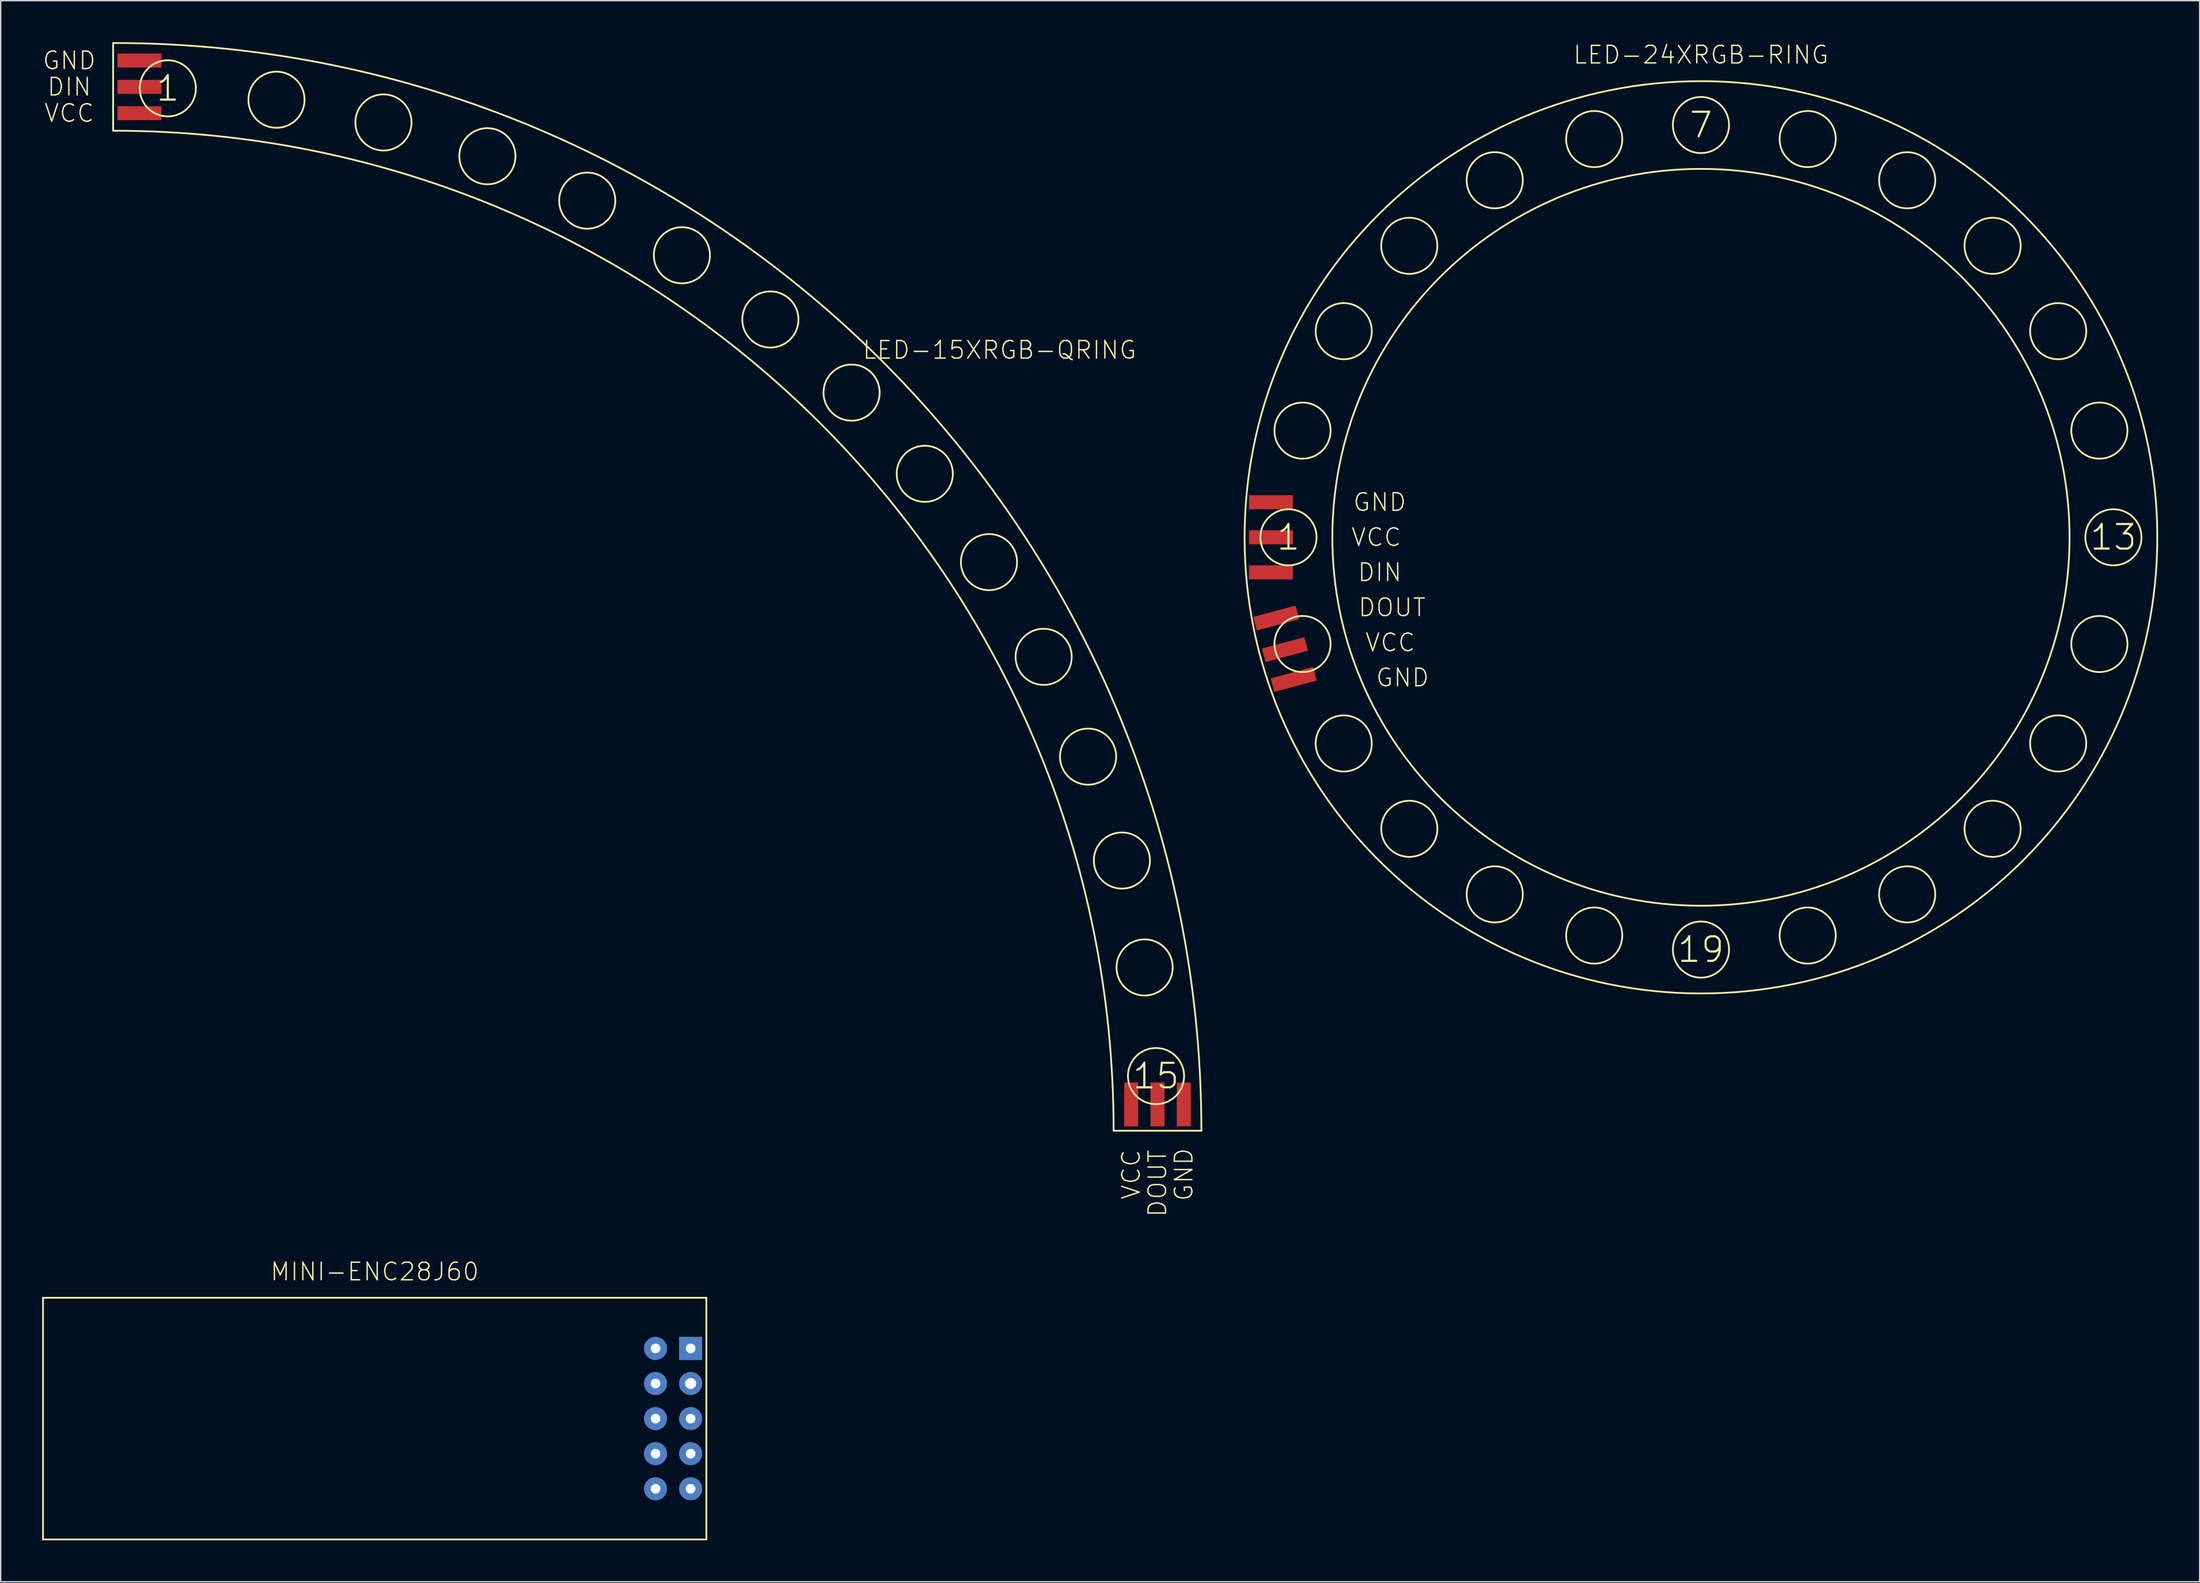
<source format=kicad_pcb>
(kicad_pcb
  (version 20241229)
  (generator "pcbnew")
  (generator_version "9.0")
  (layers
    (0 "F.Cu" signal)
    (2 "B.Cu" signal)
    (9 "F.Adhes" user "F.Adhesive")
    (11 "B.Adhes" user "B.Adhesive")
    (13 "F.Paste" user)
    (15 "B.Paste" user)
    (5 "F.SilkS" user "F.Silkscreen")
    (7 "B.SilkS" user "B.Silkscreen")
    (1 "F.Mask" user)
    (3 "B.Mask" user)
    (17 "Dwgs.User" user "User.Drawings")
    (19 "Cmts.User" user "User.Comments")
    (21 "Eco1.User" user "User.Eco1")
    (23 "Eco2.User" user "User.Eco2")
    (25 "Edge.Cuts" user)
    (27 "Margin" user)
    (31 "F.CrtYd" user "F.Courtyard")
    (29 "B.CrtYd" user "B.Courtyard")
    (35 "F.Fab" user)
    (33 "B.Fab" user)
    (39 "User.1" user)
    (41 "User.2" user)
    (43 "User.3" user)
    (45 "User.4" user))
  (footprint "LED-15XRGB-QRING"
    (layer "F.Cu")
    (at 5.136 78.803)
    (property "Reference" "LED-15XRGB-QRING" (at 64.135 -56.515 0) (layer "F.SilkS") (effects (font (size 1.27 1.27) (thickness 0.102))))
    (attr smd)
    (fp_line (start 0 -72.39) (end 0 -78.74) (stroke (width 0.127) (type solid)) (layer "F.SilkS"))
    (fp_line (start 72.39 0) (end 78.74 0) (stroke (width 0.127) (type solid)) (layer "F.SilkS"))
    (fp_arc (start 0 -78.74) (mid 55.677588 -55.677588) (end 78.74 0) (stroke (width 0.127) (type solid)) (layer "F.SilkS"))
    (fp_arc (start 0 -72.39) (mid 51.18746 -51.18746) (end 72.39 0) (stroke (width 0.127) (type solid)) (layer "F.SilkS"))
    (fp_circle (center 3.955 -75.458) (end 3.955 -77.49) (stroke (width 0.127) (type solid)) (fill no) (layer "F.SilkS"))
    (fp_circle (center 11.819 -74.633) (end 11.819 -76.665) (stroke (width 0.127) (type solid)) (fill no) (layer "F.SilkS"))
    (fp_circle (center 19.558 -72.989) (end 19.558 -75.021) (stroke (width 0.127) (type solid)) (fill no) (layer "F.SilkS"))
    (fp_circle (center 27.079 -70.543) (end 27.079 -72.575) (stroke (width 0.127) (type solid)) (fill no) (layer "F.SilkS"))
    (fp_circle (center 34.305 -67.328) (end 34.305 -69.36) (stroke (width 0.127) (type solid)) (fill no) (layer "F.SilkS"))
    (fp_circle (center 41.153 -63.373) (end 41.153 -65.405) (stroke (width 0.127) (type solid)) (fill no) (layer "F.SilkS"))
    (fp_circle (center 47.554 -58.725) (end 47.554 -60.757) (stroke (width 0.127) (type solid)) (fill no) (layer "F.SilkS"))
    (fp_circle (center 53.431 -53.431) (end 53.431 -55.463) (stroke (width 0.127) (type solid)) (fill no) (layer "F.SilkS"))
    (fp_circle (center 58.725 -47.554) (end 58.725 -49.586) (stroke (width 0.127) (type solid)) (fill no) (layer "F.SilkS"))
    (fp_circle (center 63.373 -41.161) (end 63.373 -43.193) (stroke (width 0.127) (type solid)) (fill no) (layer "F.SilkS"))
    (fp_circle (center 67.328 -34.305) (end 67.328 -36.337) (stroke (width 0.127) (type solid)) (fill no) (layer "F.SilkS"))
    (fp_circle (center 70.543 -27.079) (end 70.543 -29.111) (stroke (width 0.127) (type solid)) (fill no) (layer "F.SilkS"))
    (fp_circle (center 72.989 -19.558) (end 72.989 -21.59) (stroke (width 0.127) (type solid)) (fill no) (layer "F.SilkS"))
    (fp_circle (center 74.633 -11.819) (end 74.633 -13.851) (stroke (width 0.127) (type solid)) (fill no) (layer "F.SilkS"))
    (fp_circle (center 75.458 -3.955) (end 75.458 -5.987) (stroke (width 0.127) (type solid)) (fill no) (layer "F.SilkS"))
    (fp_text user "DOUT" (at 75.565 3.81 90) (layer "F.SilkS") (effects (font (size 1.27 1.27) (thickness 0.102))))
    (fp_text user "GND" (at -3.175 -77.47 0) (layer "F.SilkS") (effects (font (size 1.27 1.27) (thickness 0.102))))
    (fp_text user "DIN" (at -3.175 -75.565 0) (layer "F.SilkS") (effects (font (size 1.27 1.27) (thickness 0.102))))
    (fp_text user "GND" (at 77.47 3.175 90) (layer "F.SilkS") (effects (font (size 1.27 1.27) (thickness 0.102))))
    (fp_text user "15" (at 75.458 -3.955 0) (layer "F.SilkS") (effects (font (size 1.778 1.778) (thickness 0.152))))
    (fp_text user "VCC" (at -3.175 -73.66 0) (layer "F.SilkS") (effects (font (size 1.27 1.27) (thickness 0.102))))
    (fp_text user "VCC" (at 73.66 3.175 90) (layer "F.SilkS") (effects (font (size 1.27 1.27) (thickness 0.102))))
    (fp_text user "1" (at 3.955 -75.458 0) (layer "F.SilkS") (effects (font (size 1.778 1.778) (thickness 0.152))))
    (pad "1" smd rect (at 1.905 -77.47) (size 3.175 1.016) (layers "F.Cu" "F.Mask" "F.Paste"))
    (pad "2" smd rect (at 1.905 -75.565) (size 3.175 1.016) (layers "F.Cu" "F.Mask" "F.Paste"))
    (pad "3" smd rect (at 1.905 -73.66) (size 3.175 1.016) (layers "F.Cu" "F.Mask" "F.Paste"))
    (pad "4" smd rect (at 77.47 -1.905 90) (size 3.175 1.016) (layers "F.Cu" "F.Mask" "F.Paste"))
    (pad "5" smd rect (at 75.565 -1.905 90) (size 3.175 1.016) (layers "F.Cu" "F.Mask" "F.Paste"))
    (pad "6" smd rect (at 73.66 -1.905 90) (size 3.175 1.016) (layers "F.Cu" "F.Mask" "F.Paste")))
  (footprint "MINI-ENC28J60"
    (layer "F.Cu")
    (at 24.061 99.644)
    (property "Reference" "MINI-ENC28J60" (at 0 -10.635 0) (layer "F.SilkS") (effects (font (size 1.27 1.27) (thickness 0.102))))
    (attr exclude_from_pos_files exclude_from_bom)
    (fp_line (start -23.998 -8.748) (end -23.998 8.748) (stroke (width 0.127) (type solid)) (layer "F.SilkS"))
    (fp_line (start 23.998 -8.748) (end -23.998 -8.748) (stroke (width 0.127) (type solid)) (layer "F.SilkS"))
    (fp_line (start 23.998 -8.748) (end 23.998 8.748) (stroke (width 0.127) (type solid)) (layer "F.SilkS"))
    (fp_line (start 23.998 8.748) (end -23.998 8.748) (stroke (width 0.127) (type solid)) (layer "F.SilkS"))
    (pad "CLK" thru_hole rect (at 22.86 -5.08 180) (size 1.664 1.664) (drill 0.699) (layers "*.Cu" "*.Paste" "*.Mask"))
    (pad "CS" thru_hole circle (at 22.86 2.54 180) (size 1.664 1.664) (drill 0.699) (layers "*.Cu" "*.Paste" "*.Mask"))
    (pad "GND" thru_hole circle (at 20.32 5.08 180) (size 1.664 1.664) (drill 0.699) (layers "*.Cu" "*.Paste" "*.Mask"))
    (pad "INT" thru_hole circle (at 20.32 -5.08 180) (size 1.664 1.664) (drill 0.699) (layers "*.Cu" "*.Paste" "*.Mask"))
    (pad "MISO" thru_hole circle (at 20.32 -2.54 180) (size 1.664 1.664) (drill 0.699) (layers "*.Cu" "*.Paste" "*.Mask"))
    (pad "MOSI" thru_hole circle (at 22.86 0 180) (size 1.664 1.664) (drill 0.699) (layers "*.Cu" "*.Paste" "*.Mask"))
    (pad "RST" thru_hole circle (at 20.32 2.54 180) (size 1.664 1.664) (drill 0.699) (layers "*.Cu" "*.Paste" "*.Mask"))
    (pad "SCK" thru_hole circle (at 20.32 0 180) (size 1.664 1.664) (drill 0.699) (layers "*.Cu" "*.Paste" "*.Mask"))
    (pad "VCC" thru_hole circle (at 22.86 5.08 180) (size 1.664 1.664) (drill 0.699) (layers "*.Cu" "*.Paste" "*.Mask"))
    (pad "WOL" thru_hole circle (at 22.86 -2.54 180) (size 1.664 1.664) (drill 0.798) (layers "*.Cu" "*.Paste" "*.Mask")))
  (footprint "LED-24XRGB-RING"
    (layer "F.Cu")
    (at 120.023 35.846)
    (property "Reference" "LED-24XRGB-RING" (at 0 -34.925 0) (layer "F.SilkS") (effects (font (size 1.27 1.27) (thickness 0.102))))
    (attr smd)
    (fp_circle (center -29.845 0) (end -29.845 -2.032) (stroke (width 0.127) (type solid)) (fill no) (layer "F.SilkS"))
    (fp_circle (center -28.829 -7.724) (end -28.829 -9.756) (stroke (width 0.127) (type solid)) (fill no) (layer "F.SilkS"))
    (fp_circle (center -28.829 7.724) (end -28.829 5.692) (stroke (width 0.127) (type solid)) (fill no) (layer "F.SilkS"))
    (fp_circle (center -25.847 -14.922) (end -25.847 -16.954) (stroke (width 0.127) (type solid)) (fill no) (layer "F.SilkS"))
    (fp_circle (center -25.847 14.922) (end -25.847 12.89) (stroke (width 0.127) (type solid)) (fill no) (layer "F.SilkS"))
    (fp_circle (center -21.102 -21.102) (end -21.102 -23.134) (stroke (width 0.127) (type solid)) (fill no) (layer "F.SilkS"))
    (fp_circle (center -21.102 21.102) (end -21.102 19.07) (stroke (width 0.127) (type solid)) (fill no) (layer "F.SilkS"))
    (fp_circle (center -14.922 -25.847) (end -14.922 -27.879) (stroke (width 0.127) (type solid)) (fill no) (layer "F.SilkS"))
    (fp_circle (center -14.922 25.847) (end -14.922 23.815) (stroke (width 0.127) (type solid)) (fill no) (layer "F.SilkS"))
    (fp_circle (center -7.724 -28.829) (end -7.724 -30.861) (stroke (width 0.127) (type solid)) (fill no) (layer "F.SilkS"))
    (fp_circle (center -7.724 28.829) (end -7.724 26.797) (stroke (width 0.127) (type solid)) (fill no) (layer "F.SilkS"))
    (fp_circle (center 0 -29.845) (end 0 -31.877) (stroke (width 0.127) (type solid)) (fill no) (layer "F.SilkS"))
    (fp_circle (center 0 0) (end 0 -33.02) (stroke (width 0.127) (type solid)) (fill no) (layer "F.SilkS"))
    (fp_circle (center 0 0) (end 0 -26.67) (stroke (width 0.127) (type solid)) (fill no) (layer "F.SilkS"))
    (fp_circle (center 0 29.845) (end 0 27.813) (stroke (width 0.127) (type solid)) (fill no) (layer "F.SilkS"))
    (fp_circle (center 7.724 -28.829) (end 7.724 -30.861) (stroke (width 0.127) (type solid)) (fill no) (layer "F.SilkS"))
    (fp_circle (center 7.724 28.829) (end 7.724 26.797) (stroke (width 0.127) (type solid)) (fill no) (layer "F.SilkS"))
    (fp_circle (center 14.922 -25.847) (end 14.922 -27.879) (stroke (width 0.127) (type solid)) (fill no) (layer "F.SilkS"))
    (fp_circle (center 14.922 25.847) (end 14.922 23.815) (stroke (width 0.127) (type solid)) (fill no) (layer "F.SilkS"))
    (fp_circle (center 21.102 -21.102) (end 21.102 -23.134) (stroke (width 0.127) (type solid)) (fill no) (layer "F.SilkS"))
    (fp_circle (center 21.102 21.102) (end 21.102 19.07) (stroke (width 0.127) (type solid)) (fill no) (layer "F.SilkS"))
    (fp_circle (center 25.847 -14.922) (end 25.847 -16.954) (stroke (width 0.127) (type solid)) (fill no) (layer "F.SilkS"))
    (fp_circle (center 25.847 14.922) (end 25.847 12.89) (stroke (width 0.127) (type solid)) (fill no) (layer "F.SilkS"))
    (fp_circle (center 28.829 -7.724) (end 28.829 -9.756) (stroke (width 0.127) (type solid)) (fill no) (layer "F.SilkS"))
    (fp_circle (center 28.829 7.724) (end 28.829 5.692) (stroke (width 0.127) (type solid)) (fill no) (layer "F.SilkS"))
    (fp_circle (center 29.845 0) (end 29.845 -2.032) (stroke (width 0.127) (type solid)) (fill no) (layer "F.SilkS"))
    (fp_text user "19" (at 0 29.845 0) (layer "F.SilkS") (effects (font (size 1.778 1.778) (thickness 0.152))))
    (fp_text user "13" (at 29.845 0 0) (layer "F.SilkS") (effects (font (size 1.778 1.778) (thickness 0.152))))
    (fp_text user "1" (at -29.845 0 0) (layer "F.SilkS") (effects (font (size 1.778 1.778) (thickness 0.152))))
    (fp_text user "7" (at 0 -29.845 0) (layer "F.SilkS") (effects (font (size 1.778 1.778) (thickness 0.152))))
    (fp_text user "VCC" (at -23.495 0 0) (layer "F.SilkS") (effects (font (size 1.27 1.27) (thickness 0.102))))
    (fp_text user "GND" (at -21.59 10.16 0) (layer "F.SilkS") (effects (font (size 1.27 1.27) (thickness 0.102))))
    (fp_text user "GND" (at -23.241 -2.54 0) (layer "F.SilkS") (effects (font (size 1.27 1.27) (thickness 0.102))))
    (fp_text user "VCC" (at -22.479 7.62 0) (layer "F.SilkS") (effects (font (size 1.27 1.27) (thickness 0.102))))
    (fp_text user "DIN" (at -23.241 2.54 0) (layer "F.SilkS") (effects (font (size 1.27 1.27) (thickness 0.102))))
    (fp_text user "DOUT" (at -22.352 5.08 0) (layer "F.SilkS") (effects (font (size 1.27 1.27) (thickness 0.102))))
    (pad "1" smd rect (at -31.115 -2.54) (size 3.175 1.016) (layers "F.Cu" "F.Mask" "F.Paste"))
    (pad "2" smd rect (at -31.115 0) (size 3.175 1.016) (layers "F.Cu" "F.Mask" "F.Paste"))
    (pad "3" smd rect (at -31.115 2.54) (size 3.175 1.016) (layers "F.Cu" "F.Mask" "F.Paste"))
    (pad "4" smd rect (at -30.734 5.842 15) (size 3.175 1.016) (layers "F.Cu" "F.Mask" "F.Paste"))
    (pad "5" smd rect (at -30.099 8.128 15) (size 3.175 1.016) (layers "F.Cu" "F.Mask" "F.Paste"))
    (pad "6" smd rect (at -29.464 10.287 15) (size 3.175 1.016) (layers "F.Cu" "F.Mask" "F.Paste")))
  (gr_rect
    (start -3 -3)
    (end 156.106 111.456)
    (stroke (width 0.1) (type default))
    (fill no)
    (layer "Edge.Cuts")))
</source>
